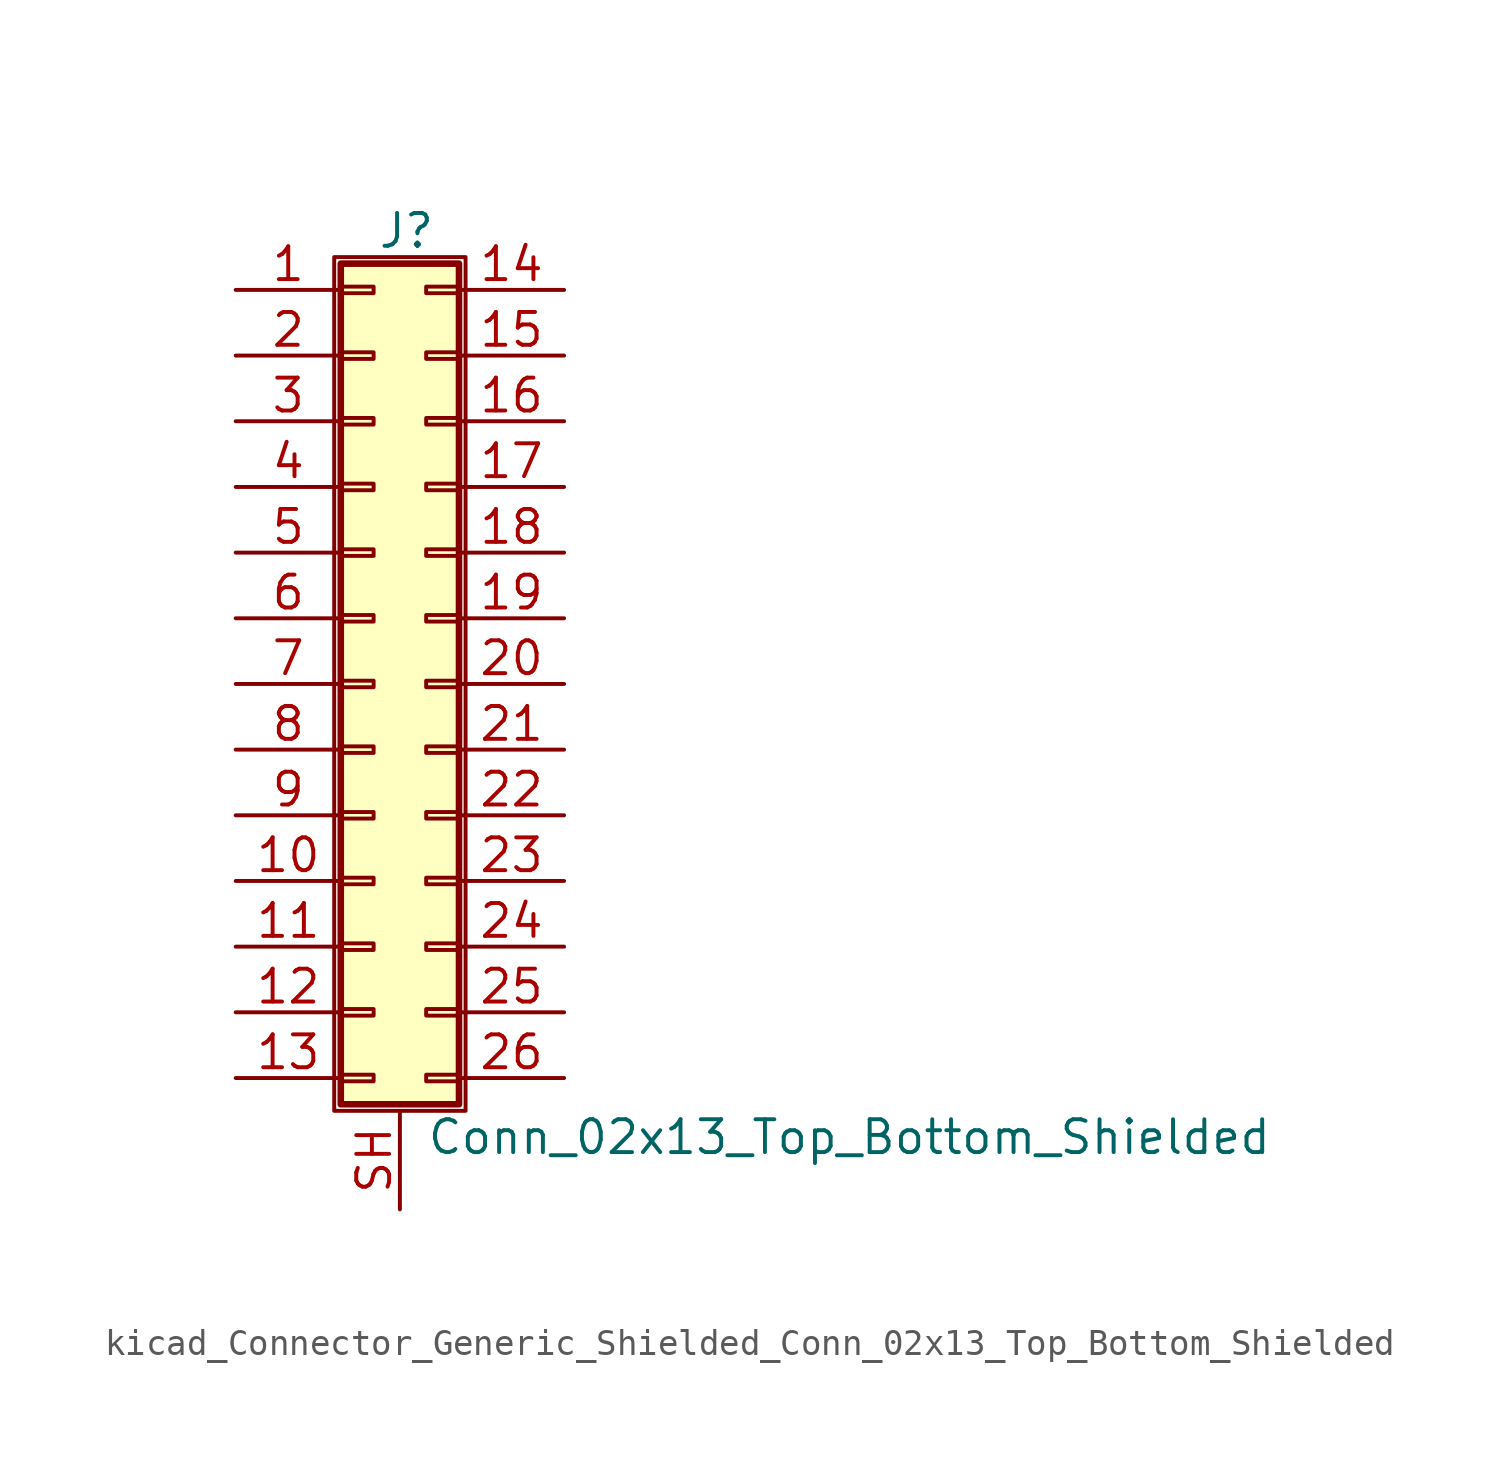
<source format=kicad_sym>
(kicad_symbol_lib
  (version 20220914)
  (generator kicad_symbol_editor)
  (symbol "kicad_Connector_Generic_Shielded_Conn_02x13_Top_Bottom_Shielded"
    (pin_names
      (offset 1.016) hide)
    (property "Reference" "J"
      (at 1.524 17.526 0)
      (effects (font (size 1.27 1.27))))
    (property "Value" "Conn_02x13_Top_Bottom_Shielded"
      (at 2.286 -17.526 0)
      (effects (font (size 1.27 1.27)) (justify left)))
    (symbol "kicad_Connector_Generic_Shielded_Conn_02x13_Top_Bottom_Shielded_1_1"
      (rectangle (start -1.27 16.51) (end 3.81 -16.51) (stroke (width 0.152) (type default)) (fill (type none)))
      (rectangle (start -1.016 -15.113) (end 0.254 -15.367) (stroke (width 0.152) (type default)) (fill (type none)))
      (rectangle (start -1.016 -12.573) (end 0.254 -12.827) (stroke (width 0.152) (type default)) (fill (type none)))
      (rectangle (start -1.016 -10.033) (end 0.254 -10.287) (stroke (width 0.152) (type default)) (fill (type none)))
      (rectangle (start -1.016 -7.493) (end 0.254 -7.747) (stroke (width 0.152) (type default)) (fill (type none)))
      (rectangle (start -1.016 -4.953) (end 0.254 -5.207) (stroke (width 0.152) (type default)) (fill (type none)))
      (rectangle (start -1.016 -2.413) (end 0.254 -2.667) (stroke (width 0.152) (type default)) (fill (type none)))
      (rectangle (start -1.016 0.127) (end 0.254 -0.127) (stroke (width 0.152) (type default)) (fill (type none)))
      (rectangle (start -1.016 2.667) (end 0.254 2.413) (stroke (width 0.152) (type default)) (fill (type none)))
      (rectangle (start -1.016 5.207) (end 0.254 4.953) (stroke (width 0.152) (type default)) (fill (type none)))
      (rectangle (start -1.016 7.747) (end 0.254 7.493) (stroke (width 0.152) (type default)) (fill (type none)))
      (rectangle (start -1.016 10.287) (end 0.254 10.033) (stroke (width 0.152) (type default)) (fill (type none)))
      (rectangle (start -1.016 12.827) (end 0.254 12.573) (stroke (width 0.152) (type default)) (fill (type none)))
      (rectangle (start -1.016 15.367) (end 0.254 15.113) (stroke (width 0.152) (type default)) (fill (type none)))
      (rectangle (start -1.016 16.256) (end 3.556 -16.256) (stroke (width 0.254) (type default)) (fill (type background)))
      (rectangle (start 3.556 -15.113) (end 2.286 -15.367) (stroke (width 0.152) (type default)) (fill (type none)))
      (rectangle (start 3.556 -12.573) (end 2.286 -12.827) (stroke (width 0.152) (type default)) (fill (type none)))
      (rectangle (start 3.556 -10.033) (end 2.286 -10.287) (stroke (width 0.152) (type default)) (fill (type none)))
      (rectangle (start 3.556 -7.493) (end 2.286 -7.747) (stroke (width 0.152) (type default)) (fill (type none)))
      (rectangle (start 3.556 -4.953) (end 2.286 -5.207) (stroke (width 0.152) (type default)) (fill (type none)))
      (rectangle (start 3.556 -2.413) (end 2.286 -2.667) (stroke (width 0.152) (type default)) (fill (type none)))
      (rectangle (start 3.556 0.127) (end 2.286 -0.127) (stroke (width 0.152) (type default)) (fill (type none)))
      (rectangle (start 3.556 2.667) (end 2.286 2.413) (stroke (width 0.152) (type default)) (fill (type none)))
      (rectangle (start 3.556 5.207) (end 2.286 4.953) (stroke (width 0.152) (type default)) (fill (type none)))
      (rectangle (start 3.556 7.747) (end 2.286 7.493) (stroke (width 0.152) (type default)) (fill (type none)))
      (rectangle (start 3.556 10.287) (end 2.286 10.033) (stroke (width 0.152) (type default)) (fill (type none)))
      (rectangle (start 3.556 12.827) (end 2.286 12.573) (stroke (width 0.152) (type default)) (fill (type none)))
      (rectangle (start 3.556 15.367) (end 2.286 15.113) (stroke (width 0.152) (type default)) (fill (type none)))
      (pin passive line (at -5.08 15.24 0) (length 4.064) (name "Pin_1" (effects (font (size 1.27 1.27)))) (number "1" (effects (font (size 1.27 1.27)))))
      (pin passive line (at -5.08 -7.62 0) (length 4.064) (name "Pin_10" (effects (font (size 1.27 1.27)))) (number "10" (effects (font (size 1.27 1.27)))))
      (pin passive line (at -5.08 -10.16 0) (length 4.064) (name "Pin_11" (effects (font (size 1.27 1.27)))) (number "11" (effects (font (size 1.27 1.27)))))
      (pin passive line (at -5.08 -12.7 0) (length 4.064) (name "Pin_12" (effects (font (size 1.27 1.27)))) (number "12" (effects (font (size 1.27 1.27)))))
      (pin passive line (at -5.08 -15.24 0) (length 4.064) (name "Pin_13" (effects (font (size 1.27 1.27)))) (number "13" (effects (font (size 1.27 1.27)))))
      (pin passive line (at 7.62 15.24 180) (length 4.064) (name "Pin_14" (effects (font (size 1.27 1.27)))) (number "14" (effects (font (size 1.27 1.27)))))
      (pin passive line (at 7.62 12.7 180) (length 4.064) (name "Pin_15" (effects (font (size 1.27 1.27)))) (number "15" (effects (font (size 1.27 1.27)))))
      (pin passive line (at 7.62 10.16 180) (length 4.064) (name "Pin_16" (effects (font (size 1.27 1.27)))) (number "16" (effects (font (size 1.27 1.27)))))
      (pin passive line (at 7.62 7.62 180) (length 4.064) (name "Pin_17" (effects (font (size 1.27 1.27)))) (number "17" (effects (font (size 1.27 1.27)))))
      (pin passive line (at 7.62 5.08 180) (length 4.064) (name "Pin_18" (effects (font (size 1.27 1.27)))) (number "18" (effects (font (size 1.27 1.27)))))
      (pin passive line (at 7.62 2.54 180) (length 4.064) (name "Pin_19" (effects (font (size 1.27 1.27)))) (number "19" (effects (font (size 1.27 1.27)))))
      (pin passive line (at -5.08 12.7 0) (length 4.064) (name "Pin_2" (effects (font (size 1.27 1.27)))) (number "2" (effects (font (size 1.27 1.27)))))
      (pin passive line (at 7.62 0 180) (length 4.064) (name "Pin_20" (effects (font (size 1.27 1.27)))) (number "20" (effects (font (size 1.27 1.27)))))
      (pin passive line (at 7.62 -2.54 180) (length 4.064) (name "Pin_21" (effects (font (size 1.27 1.27)))) (number "21" (effects (font (size 1.27 1.27)))))
      (pin passive line (at 7.62 -5.08 180) (length 4.064) (name "Pin_22" (effects (font (size 1.27 1.27)))) (number "22" (effects (font (size 1.27 1.27)))))
      (pin passive line (at 7.62 -7.62 180) (length 4.064) (name "Pin_23" (effects (font (size 1.27 1.27)))) (number "23" (effects (font (size 1.27 1.27)))))
      (pin passive line (at 7.62 -10.16 180) (length 4.064) (name "Pin_24" (effects (font (size 1.27 1.27)))) (number "24" (effects (font (size 1.27 1.27)))))
      (pin passive line (at 7.62 -12.7 180) (length 4.064) (name "Pin_25" (effects (font (size 1.27 1.27)))) (number "25" (effects (font (size 1.27 1.27)))))
      (pin passive line (at 7.62 -15.24 180) (length 4.064) (name "Pin_26" (effects (font (size 1.27 1.27)))) (number "26" (effects (font (size 1.27 1.27)))))
      (pin passive line (at -5.08 10.16 0) (length 4.064) (name "Pin_3" (effects (font (size 1.27 1.27)))) (number "3" (effects (font (size 1.27 1.27)))))
      (pin passive line (at -5.08 7.62 0) (length 4.064) (name "Pin_4" (effects (font (size 1.27 1.27)))) (number "4" (effects (font (size 1.27 1.27)))))
      (pin passive line (at -5.08 5.08 0) (length 4.064) (name "Pin_5" (effects (font (size 1.27 1.27)))) (number "5" (effects (font (size 1.27 1.27)))))
      (pin passive line (at -5.08 2.54 0) (length 4.064) (name "Pin_6" (effects (font (size 1.27 1.27)))) (number "6" (effects (font (size 1.27 1.27)))))
      (pin passive line (at -5.08 0 0) (length 4.064) (name "Pin_7" (effects (font (size 1.27 1.27)))) (number "7" (effects (font (size 1.27 1.27)))))
      (pin passive line (at -5.08 -2.54 0) (length 4.064) (name "Pin_8" (effects (font (size 1.27 1.27)))) (number "8" (effects (font (size 1.27 1.27)))))
      (pin passive line (at -5.08 -5.08 0) (length 4.064) (name "Pin_9" (effects (font (size 1.27 1.27)))) (number "9" (effects (font (size 1.27 1.27)))))
      (pin passive line (at 1.27 -20.32 90) (length 3.81) (name "Shield" (effects (font (size 1.27 1.27)))) (number "SH" (effects (font (size 1.27 1.27))))))))
</source>
